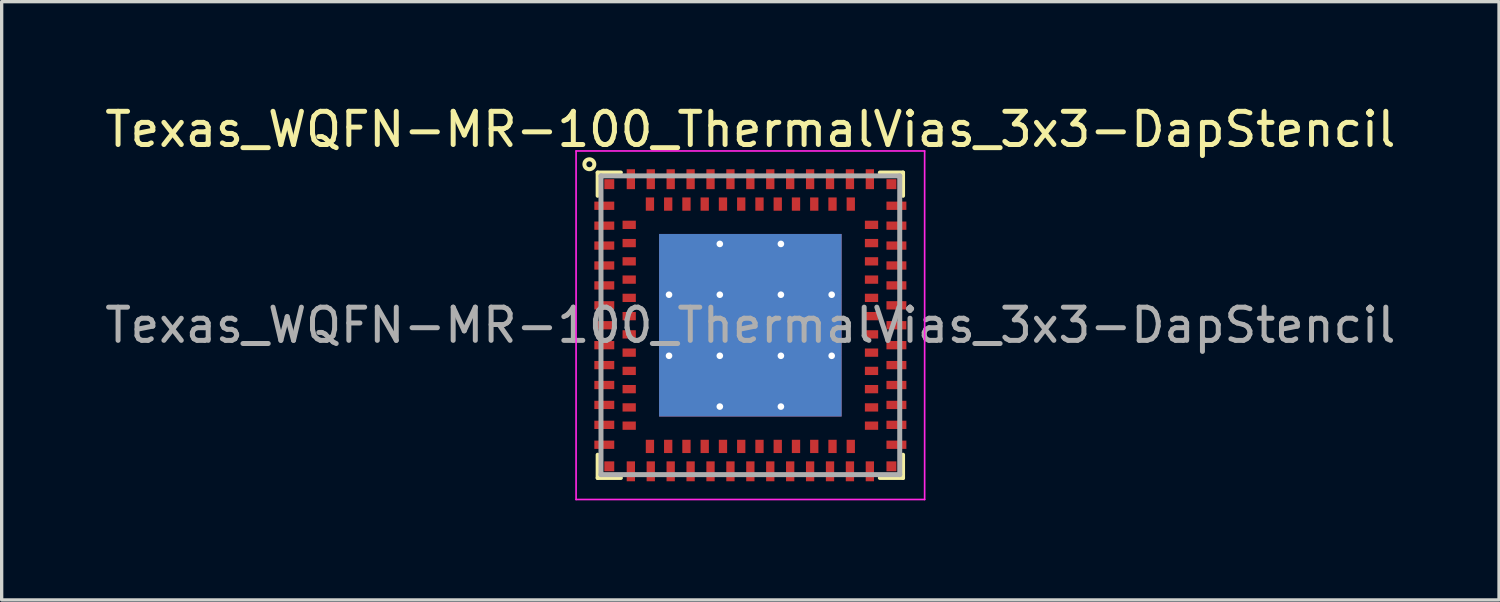
<source format=kicad_pcb>
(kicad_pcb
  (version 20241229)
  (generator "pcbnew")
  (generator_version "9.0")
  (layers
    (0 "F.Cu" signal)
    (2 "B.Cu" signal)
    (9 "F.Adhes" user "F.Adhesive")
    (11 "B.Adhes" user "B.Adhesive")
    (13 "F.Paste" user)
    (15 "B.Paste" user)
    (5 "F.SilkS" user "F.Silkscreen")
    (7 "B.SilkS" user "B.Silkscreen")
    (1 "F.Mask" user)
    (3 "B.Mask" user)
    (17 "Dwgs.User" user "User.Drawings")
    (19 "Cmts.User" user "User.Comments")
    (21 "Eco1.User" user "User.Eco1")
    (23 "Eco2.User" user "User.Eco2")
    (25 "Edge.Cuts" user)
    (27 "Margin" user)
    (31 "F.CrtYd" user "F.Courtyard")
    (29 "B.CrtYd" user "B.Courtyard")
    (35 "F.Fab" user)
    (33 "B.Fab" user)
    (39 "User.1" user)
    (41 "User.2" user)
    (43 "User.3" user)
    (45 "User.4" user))
  (footprint "Texas_WQFN-MR-100_ThermalVias_3x3-DapStencil"
    (layer "F.Cu")
    (at 19.554 6.748)
    (property "Reference" "Texas_WQFN-MR-100_ThermalVias_3x3-DapStencil" (at 0 -5.9 0) (layer "F.SilkS") (effects (font (size 1 1) (thickness 0.15))))
    (attr smd)
    (fp_line (start -4.6 -4.6) (end -3.9 -4.6) (stroke (width 0.12) (type solid)) (layer "F.SilkS"))
    (fp_line (start -4.6 -3.9) (end -4.6 -4.6) (stroke (width 0.12) (type solid)) (layer "F.SilkS"))
    (fp_line (start -4.6 3.9) (end -4.6 4.6) (stroke (width 0.12) (type solid)) (layer "F.SilkS"))
    (fp_line (start -4.6 4.6) (end -3.9 4.6) (stroke (width 0.12) (type solid)) (layer "F.SilkS"))
    (fp_line (start 4.6 -4.6) (end 3.9 -4.6) (stroke (width 0.12) (type solid)) (layer "F.SilkS"))
    (fp_line (start 4.6 -3.9) (end 4.6 -4.6) (stroke (width 0.12) (type solid)) (layer "F.SilkS"))
    (fp_line (start 4.6 3.9) (end 4.6 4.6) (stroke (width 0.12) (type solid)) (layer "F.SilkS"))
    (fp_line (start 4.6 4.6) (end 3.9 4.6) (stroke (width 0.12) (type solid)) (layer "F.SilkS"))
    (fp_circle (center -4.85 -4.85) (end -5 -4.85) (stroke (width 0.12) (type solid)) (fill no) (layer "F.SilkS"))
    (fp_line (start -5.25 -5.25) (end 5.25 -5.25) (stroke (width 0.05) (type solid)) (layer "F.CrtYd"))
    (fp_line (start -5.25 5.25) (end -5.25 -5.25) (stroke (width 0.05) (type solid)) (layer "F.CrtYd"))
    (fp_line (start 5.25 -5.25) (end 5.25 5.25) (stroke (width 0.05) (type solid)) (layer "F.CrtYd"))
    (fp_line (start 5.25 5.25) (end -5.25 5.25) (stroke (width 0.05) (type solid)) (layer "F.CrtYd"))
    (fp_line (start -4.5 -4.5) (end -4.5 4.5) (stroke (width 0.15) (type solid)) (layer "F.Fab"))
    (fp_line (start -4.5 -4.5) (end 4.5 -4.5) (stroke (width 0.15) (type solid)) (layer "F.Fab"))
    (fp_line (start -4.5 4.5) (end 4.5 4.5) (stroke (width 0.15) (type solid)) (layer "F.Fab"))
    (fp_line (start 4.5 -4.5) (end 4.5 4.5) (stroke (width 0.15) (type solid)) (layer "F.Fab"))
    (fp_text user "${REFERENCE}" (at 0 0 0) (layer "F.Fab") (effects (font (size 1 1) (thickness 0.15))))
    (pad "A1" smd rect (at -4.4 -3.6 90) (size 0.25 0.6) (layers "F.Cu" "F.Mask" "F.Paste"))
    (pad "A2" smd rect (at -4.4 -3 90) (size 0.25 0.6) (layers "F.Cu" "F.Mask" "F.Paste"))
    (pad "A3" smd rect (at -4.4 -2.4 90) (size 0.25 0.6) (layers "F.Cu" "F.Mask" "F.Paste"))
    (pad "A4" smd rect (at -4.4 -1.8 90) (size 0.25 0.6) (layers "F.Cu" "F.Mask" "F.Paste"))
    (pad "A5" smd rect (at -4.4 -1.2 90) (size 0.25 0.6) (layers "F.Cu" "F.Mask" "F.Paste"))
    (pad "A6" smd rect (at -4.4 -0.6 90) (size 0.25 0.6) (layers "F.Cu" "F.Mask" "F.Paste"))
    (pad "A7" smd rect (at -4.4 0 90) (size 0.25 0.6) (layers "F.Cu" "F.Mask" "F.Paste"))
    (pad "A8" smd rect (at -4.4 0.6 90) (size 0.25 0.6) (layers "F.Cu" "F.Mask" "F.Paste"))
    (pad "A9" smd rect (at -4.4 1.2 90) (size 0.25 0.6) (layers "F.Cu" "F.Mask" "F.Paste"))
    (pad "A10" smd rect (at -4.4 1.8 90) (size 0.25 0.6) (layers "F.Cu" "F.Mask" "F.Paste"))
    (pad "A11" smd rect (at -4.4 2.4 90) (size 0.25 0.6) (layers "F.Cu" "F.Mask" "F.Paste"))
    (pad "A12" smd rect (at -4.4 3 90) (size 0.25 0.6) (layers "F.Cu" "F.Mask" "F.Paste"))
    (pad "A13" smd rect (at -4.4 3.6 90) (size 0.25 0.6) (layers "F.Cu" "F.Mask" "F.Paste"))
    (pad "A14" smd rect (at -3.6 4.4) (size 0.25 0.6) (layers "F.Cu" "F.Mask" "F.Paste"))
    (pad "A15" smd rect (at -3 4.4) (size 0.25 0.6) (layers "F.Cu" "F.Mask" "F.Paste"))
    (pad "A16" smd rect (at -2.4 4.4) (size 0.25 0.6) (layers "F.Cu" "F.Mask" "F.Paste"))
    (pad "A17" smd rect (at -1.8 4.4) (size 0.25 0.6) (layers "F.Cu" "F.Mask" "F.Paste"))
    (pad "A18" smd rect (at -1.2 4.4) (size 0.25 0.6) (layers "F.Cu" "F.Mask" "F.Paste"))
    (pad "A19" smd rect (at -0.6 4.4) (size 0.25 0.6) (layers "F.Cu" "F.Mask" "F.Paste"))
    (pad "A20" smd rect (at 0 4.4) (size 0.25 0.6) (layers "F.Cu" "F.Mask" "F.Paste"))
    (pad "A21" smd rect (at 0.6 4.4) (size 0.25 0.6) (layers "F.Cu" "F.Mask" "F.Paste"))
    (pad "A22" smd rect (at 1.2 4.4) (size 0.25 0.6) (layers "F.Cu" "F.Mask" "F.Paste"))
    (pad "A23" smd rect (at 1.8 4.4) (size 0.25 0.6) (layers "F.Cu" "F.Mask" "F.Paste"))
    (pad "A24" smd rect (at 2.4 4.4) (size 0.25 0.6) (layers "F.Cu" "F.Mask" "F.Paste"))
    (pad "A25" smd rect (at 3 4.4) (size 0.25 0.6) (layers "F.Cu" "F.Mask" "F.Paste"))
    (pad "A26" smd rect (at 3.6 4.4) (size 0.25 0.6) (layers "F.Cu" "F.Mask" "F.Paste"))
    (pad "A27" smd rect (at 4.4 3.6 90) (size 0.25 0.6) (layers "F.Cu" "F.Mask" "F.Paste"))
    (pad "A28" smd rect (at 4.4 3 90) (size 0.25 0.6) (layers "F.Cu" "F.Mask" "F.Paste"))
    (pad "A29" smd rect (at 4.4 2.4 90) (size 0.25 0.6) (layers "F.Cu" "F.Mask" "F.Paste"))
    (pad "A30" smd rect (at 4.4 1.8 90) (size 0.25 0.6) (layers "F.Cu" "F.Mask" "F.Paste"))
    (pad "A31" smd rect (at 4.4 1.2 90) (size 0.25 0.6) (layers "F.Cu" "F.Mask" "F.Paste"))
    (pad "A32" smd rect (at 4.4 0.6 90) (size 0.25 0.6) (layers "F.Cu" "F.Mask" "F.Paste"))
    (pad "A33" smd rect (at 4.4 0 90) (size 0.25 0.6) (layers "F.Cu" "F.Mask" "F.Paste"))
    (pad "A34" smd rect (at 4.4 -0.6 90) (size 0.25 0.6) (layers "F.Cu" "F.Mask" "F.Paste"))
    (pad "A35" smd rect (at 4.4 -1.2 90) (size 0.25 0.6) (layers "F.Cu" "F.Mask" "F.Paste"))
    (pad "A36" smd rect (at 4.4 -1.8 90) (size 0.25 0.6) (layers "F.Cu" "F.Mask" "F.Paste"))
    (pad "A37" smd rect (at 4.4 -2.4 90) (size 0.25 0.6) (layers "F.Cu" "F.Mask" "F.Paste"))
    (pad "A38" smd rect (at 4.4 -3 90) (size 0.25 0.6) (layers "F.Cu" "F.Mask" "F.Paste"))
    (pad "A39" smd rect (at 4.4 -3.6 90) (size 0.25 0.6) (layers "F.Cu" "F.Mask" "F.Paste"))
    (pad "A40" smd rect (at 3.6 -4.4) (size 0.25 0.6) (layers "F.Cu" "F.Mask" "F.Paste"))
    (pad "A41" smd rect (at 3 -4.4) (size 0.25 0.6) (layers "F.Cu" "F.Mask" "F.Paste"))
    (pad "A42" smd rect (at 2.4 -4.4) (size 0.25 0.6) (layers "F.Cu" "F.Mask" "F.Paste"))
    (pad "A43" smd rect (at 1.8 -4.4) (size 0.25 0.6) (layers "F.Cu" "F.Mask" "F.Paste"))
    (pad "A44" smd rect (at 1.2 -4.4) (size 0.25 0.6) (layers "F.Cu" "F.Mask" "F.Paste"))
    (pad "A45" smd rect (at 0.6 -4.4) (size 0.25 0.6) (layers "F.Cu" "F.Mask" "F.Paste"))
    (pad "A46" smd rect (at 0 -4.4) (size 0.25 0.6) (layers "F.Cu" "F.Mask" "F.Paste"))
    (pad "A47" smd rect (at -0.6 -4.4) (size 0.25 0.6) (layers "F.Cu" "F.Mask" "F.Paste"))
    (pad "A48" smd rect (at -1.2 -4.4) (size 0.25 0.6) (layers "F.Cu" "F.Mask" "F.Paste"))
    (pad "A49" smd rect (at -1.8 -4.4) (size 0.25 0.6) (layers "F.Cu" "F.Mask" "F.Paste"))
    (pad "A50" smd rect (at -2.4 -4.4) (size 0.25 0.6) (layers "F.Cu" "F.Mask" "F.Paste"))
    (pad "A51" smd rect (at -3 -4.4) (size 0.25 0.6) (layers "F.Cu" "F.Mask" "F.Paste"))
    (pad "A52" smd rect (at -3.6 -4.4) (size 0.25 0.6) (layers "F.Cu" "F.Mask" "F.Paste"))
    (pad "A53" thru_hole circle (at -2.45 -0.92) (size 0.3 0.3) (drill 0.2) (layers "*.Cu" "*.Mask"))
    (pad "A53" thru_hole circle (at -2.45 0.92) (size 0.3 0.3) (drill 0.2) (layers "*.Cu" "*.Mask"))
    (pad "A53" smd rect (at -1.835 -1.835) (size 1.83 1.83) (layers "F.Cu" "F.Mask" "F.Paste"))
    (pad "A53" smd rect (at -1.835 0) (size 1.83 1.84) (layers "F.Cu" "F.Mask" "F.Paste"))
    (pad "A53" smd rect (at -1.835 1.835) (size 1.83 1.83) (layers "F.Cu" "F.Mask" "F.Paste"))
    (pad "A53" thru_hole circle (at -0.92 -2.45) (size 0.3 0.3) (drill 0.2) (layers "*.Cu" "*.Mask"))
    (pad "A53" thru_hole circle (at -0.92 -0.92) (size 0.3 0.3) (drill 0.2) (layers "*.Cu" "*.Mask"))
    (pad "A53" thru_hole circle (at -0.92 0.92) (size 0.3 0.3) (drill 0.2) (layers "*.Cu" "*.Mask"))
    (pad "A53" thru_hole circle (at -0.92 2.45) (size 0.3 0.3) (drill 0.2) (layers "*.Cu" "*.Mask"))
    (pad "A53" smd rect (at 0 -1.835) (size 1.84 1.83) (layers "F.Cu" "F.Mask" "F.Paste"))
    (pad "A53" smd rect (at 0 0) (size 1.84 1.84) (layers "F.Cu" "F.Mask" "F.Paste"))
    (pad "A53" smd rect (at 0 0) (size 5.5 5.5) (layers "B.Cu" "B.Mask"))
    (pad "A53" smd rect (at 0 1.835) (size 1.84 1.83) (layers "F.Cu" "F.Mask" "F.Paste"))
    (pad "A53" thru_hole circle (at 0.92 -2.45) (size 0.3 0.3) (drill 0.2) (layers "*.Cu" "*.Mask"))
    (pad "A53" thru_hole circle (at 0.92 -0.92) (size 0.3 0.3) (drill 0.2) (layers "*.Cu" "*.Mask"))
    (pad "A53" thru_hole circle (at 0.92 0.92) (size 0.3 0.3) (drill 0.2) (layers "*.Cu" "*.Mask"))
    (pad "A53" thru_hole circle (at 0.92 2.45) (size 0.3 0.3) (drill 0.2) (layers "*.Cu" "*.Mask"))
    (pad "A53" smd rect (at 1.835 -1.835) (size 1.83 1.83) (layers "F.Cu" "F.Mask" "F.Paste"))
    (pad "A53" smd rect (at 1.835 0) (size 1.83 1.84) (layers "F.Cu" "F.Mask" "F.Paste"))
    (pad "A53" smd rect (at 1.835 1.835) (size 1.83 1.83) (layers "F.Cu" "F.Mask" "F.Paste"))
    (pad "A53" thru_hole circle (at 2.45 -0.92) (size 0.3 0.3) (drill 0.2) (layers "*.Cu" "*.Mask"))
    (pad "A53" thru_hole circle (at 2.45 0.92) (size 0.3 0.3) (drill 0.2) (layers "*.Cu" "*.Mask"))
    (pad "B1" smd rect (at -3.65 -3.025 90) (size 0.25 0.4) (layers "F.Cu" "F.Mask" "F.Paste"))
    (pad "B2" smd rect (at -3.65 -2.475 90) (size 0.25 0.4) (layers "F.Cu" "F.Mask" "F.Paste"))
    (pad "B3" smd rect (at -3.65 -1.925 90) (size 0.25 0.4) (layers "F.Cu" "F.Mask" "F.Paste"))
    (pad "B4" smd rect (at -3.65 -1.375 90) (size 0.25 0.4) (layers "F.Cu" "F.Mask" "F.Paste"))
    (pad "B5" smd rect (at -3.65 -0.825 90) (size 0.25 0.4) (layers "F.Cu" "F.Mask" "F.Paste"))
    (pad "B6" smd rect (at -3.65 -0.275 90) (size 0.25 0.4) (layers "F.Cu" "F.Mask" "F.Paste"))
    (pad "B7" smd rect (at -3.65 0.275 90) (size 0.25 0.4) (layers "F.Cu" "F.Mask" "F.Paste"))
    (pad "B8" smd rect (at -3.65 0.825 90) (size 0.25 0.4) (layers "F.Cu" "F.Mask" "F.Paste"))
    (pad "B9" smd rect (at -3.65 1.375 90) (size 0.25 0.4) (layers "F.Cu" "F.Mask" "F.Paste"))
    (pad "B10" smd rect (at -3.65 1.925 90) (size 0.25 0.4) (layers "F.Cu" "F.Mask" "F.Paste"))
    (pad "B11" smd rect (at -3.65 2.475 90) (size 0.25 0.4) (layers "F.Cu" "F.Mask" "F.Paste"))
    (pad "B12" smd rect (at -3.65 3.025 90) (size 0.25 0.4) (layers "F.Cu" "F.Mask" "F.Paste"))
    (pad "B13" smd rect (at -3.025 3.65) (size 0.25 0.4) (layers "F.Cu" "F.Mask" "F.Paste"))
    (pad "B14" smd rect (at -2.475 3.65) (size 0.25 0.4) (layers "F.Cu" "F.Mask" "F.Paste"))
    (pad "B15" smd rect (at -1.925 3.65) (size 0.25 0.4) (layers "F.Cu" "F.Mask" "F.Paste"))
    (pad "B16" smd rect (at -1.375 3.65) (size 0.25 0.4) (layers "F.Cu" "F.Mask" "F.Paste"))
    (pad "B17" smd rect (at -0.825 3.65) (size 0.25 0.4) (layers "F.Cu" "F.Mask" "F.Paste"))
    (pad "B18" smd rect (at -0.275 3.65) (size 0.25 0.4) (layers "F.Cu" "F.Mask" "F.Paste"))
    (pad "B19" smd rect (at 0.275 3.65) (size 0.25 0.4) (layers "F.Cu" "F.Mask" "F.Paste"))
    (pad "B20" smd rect (at 0.825 3.65) (size 0.25 0.4) (layers "F.Cu" "F.Mask" "F.Paste"))
    (pad "B21" smd rect (at 1.375 3.65) (size 0.25 0.4) (layers "F.Cu" "F.Mask" "F.Paste"))
    (pad "B22" smd rect (at 1.925 3.65) (size 0.25 0.4) (layers "F.Cu" "F.Mask" "F.Paste"))
    (pad "B23" smd rect (at 2.475 3.65) (size 0.25 0.4) (layers "F.Cu" "F.Mask" "F.Paste"))
    (pad "B24" smd rect (at 3.025 3.65) (size 0.25 0.4) (layers "F.Cu" "F.Mask" "F.Paste"))
    (pad "B25" smd rect (at 3.65 3.025 90) (size 0.25 0.4) (layers "F.Cu" "F.Mask" "F.Paste"))
    (pad "B26" smd rect (at 3.65 2.475 90) (size 0.25 0.4) (layers "F.Cu" "F.Mask" "F.Paste"))
    (pad "B27" smd rect (at 3.65 1.925 90) (size 0.25 0.4) (layers "F.Cu" "F.Mask" "F.Paste"))
    (pad "B28" smd rect (at 3.65 1.375 90) (size 0.25 0.4) (layers "F.Cu" "F.Mask" "F.Paste"))
    (pad "B29" smd rect (at 3.65 0.825 90) (size 0.25 0.4) (layers "F.Cu" "F.Mask" "F.Paste"))
    (pad "B30" smd rect (at 3.65 0.275 90) (size 0.25 0.4) (layers "F.Cu" "F.Mask" "F.Paste"))
    (pad "B31" smd rect (at 3.65 -0.275 90) (size 0.25 0.4) (layers "F.Cu" "F.Mask" "F.Paste"))
    (pad "B32" smd rect (at 3.65 -0.825 90) (size 0.25 0.4) (layers "F.Cu" "F.Mask" "F.Paste"))
    (pad "B33" smd rect (at 3.65 -1.375 90) (size 0.25 0.4) (layers "F.Cu" "F.Mask" "F.Paste"))
    (pad "B34" smd rect (at 3.65 -1.925 90) (size 0.25 0.4) (layers "F.Cu" "F.Mask" "F.Paste"))
    (pad "B35" smd rect (at 3.65 -2.475 90) (size 0.25 0.4) (layers "F.Cu" "F.Mask" "F.Paste"))
    (pad "B36" smd rect (at 3.65 -3.025 90) (size 0.25 0.4) (layers "F.Cu" "F.Mask" "F.Paste"))
    (pad "B37" smd rect (at 3.025 -3.65) (size 0.25 0.4) (layers "F.Cu" "F.Mask" "F.Paste"))
    (pad "B38" smd rect (at 2.475 -3.65) (size 0.25 0.4) (layers "F.Cu" "F.Mask" "F.Paste"))
    (pad "B39" smd rect (at 1.925 -3.65) (size 0.25 0.4) (layers "F.Cu" "F.Mask" "F.Paste"))
    (pad "B40" smd rect (at 1.375 -3.65) (size 0.25 0.4) (layers "F.Cu" "F.Mask" "F.Paste"))
    (pad "B41" smd rect (at 0.825 -3.65) (size 0.25 0.4) (layers "F.Cu" "F.Mask" "F.Paste"))
    (pad "B42" smd rect (at 0.275 -3.65) (size 0.25 0.4) (layers "F.Cu" "F.Mask" "F.Paste"))
    (pad "B43" smd rect (at -0.275 -3.65) (size 0.25 0.4) (layers "F.Cu" "F.Mask" "F.Paste"))
    (pad "B44" smd rect (at -0.825 -3.65) (size 0.25 0.4) (layers "F.Cu" "F.Mask" "F.Paste"))
    (pad "B45" smd rect (at -1.375 -3.65) (size 0.25 0.4) (layers "F.Cu" "F.Mask" "F.Paste"))
    (pad "B46" smd rect (at -1.925 -3.65) (size 0.25 0.4) (layers "F.Cu" "F.Mask" "F.Paste"))
    (pad "B47" smd rect (at -2.475 -3.65) (size 0.25 0.4) (layers "F.Cu" "F.Mask" "F.Paste"))
    (pad "B48" smd rect (at -3.025 -3.65) (size 0.25 0.4) (layers "F.Cu" "F.Mask" "F.Paste"))
    (pad "C1" smd rect (at -4.25 -4.25) (size 0.3 0.3) (layers "F.Cu" "F.Mask" "F.Paste"))
    (pad "C2" smd rect (at -4.25 4.25) (size 0.3 0.3) (layers "F.Cu" "F.Mask" "F.Paste"))
    (pad "C3" smd rect (at 4.25 4.25) (size 0.3 0.3) (layers "F.Cu" "F.Mask" "F.Paste"))
    (pad "C4" smd rect (at 4.25 -4.25) (size 0.3 0.3) (layers "F.Cu" "F.Mask" "F.Paste")))
  (gr_rect
    (start -3 -3)
    (end 42.107 15.023)
    (stroke (width 0.1) (type default))
    (fill no)
    (layer "Edge.Cuts")))
</source>
